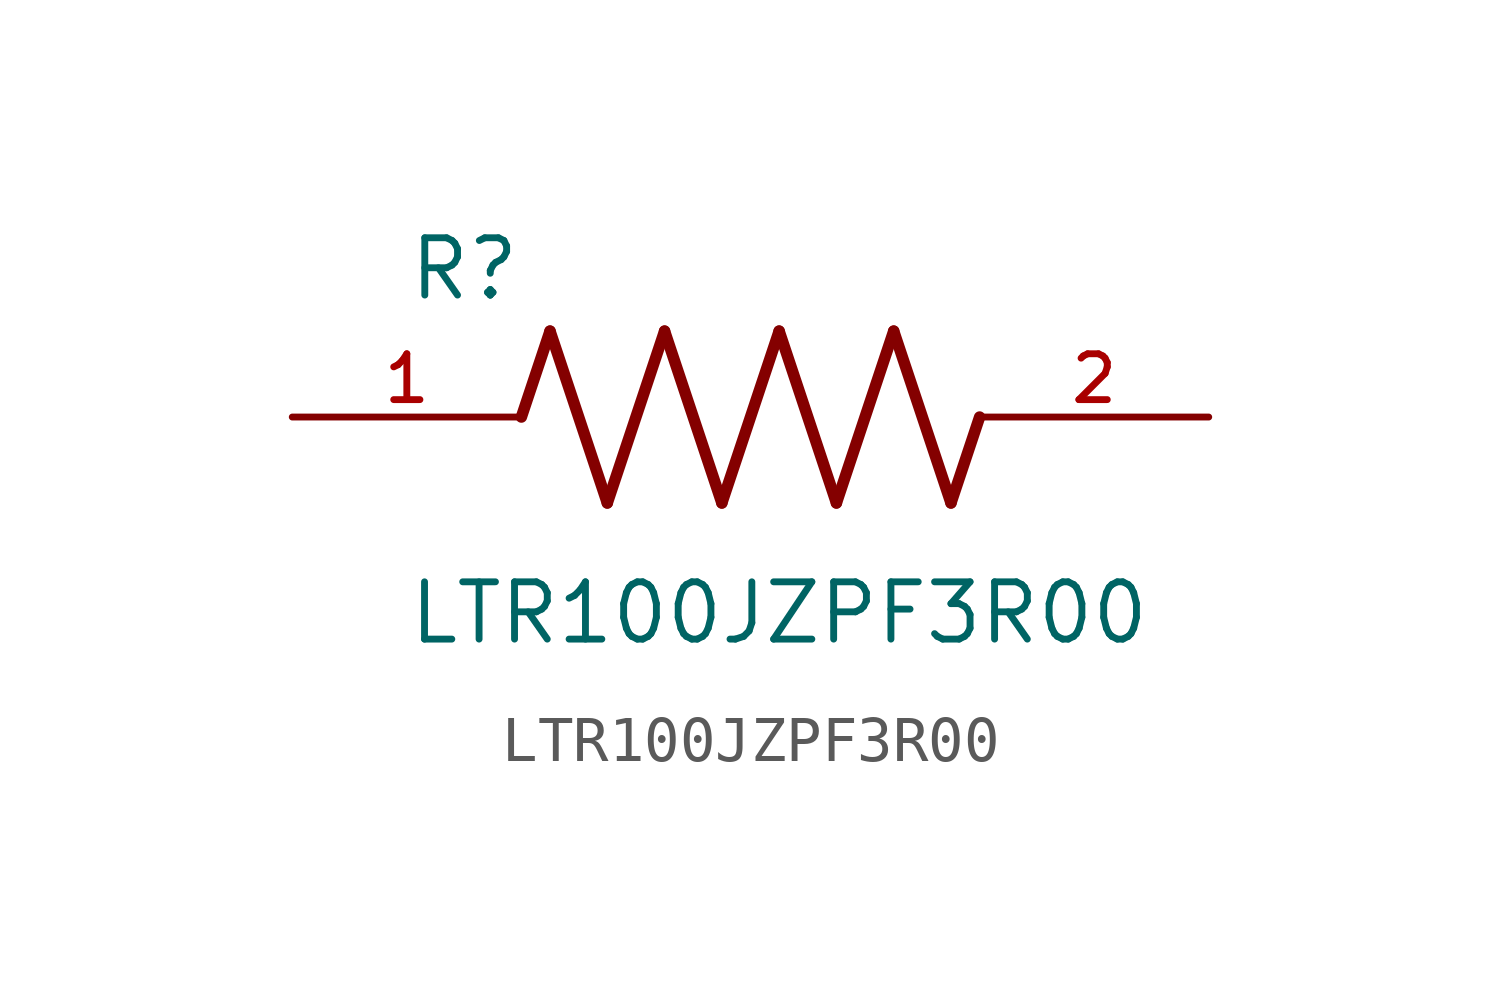
<source format=kicad_sym>
(kicad_symbol_lib
  (version 20211014)
  (generator kicad_symbol_editor)
  (symbol "LTR100JZPF3R00"
    (pin_names
      (offset 1.016))
    (property "Reference" "R"
      (at -7.624 2.541 0)
      (effects (font (size 1.27 1.27)) (justify bottom left)))
    (property "Value" "LTR100JZPF3R00"
      (at -7.63 -5.087 0)
      (effects (font (size 1.27 1.27)) (justify bottom left)))
    (symbol "LTR100JZPF3R00_0_0"
      (polyline (pts (xy -5.08 0.0) (xy -4.445 1.905)) (stroke (width 0.254)))
      (polyline (pts (xy -4.445 1.905) (xy -3.175 -1.905)) (stroke (width 0.254)))
      (polyline (pts (xy -3.175 -1.905) (xy -1.905 1.905)) (stroke (width 0.254)))
      (polyline (pts (xy -1.905 1.905) (xy -0.635 -1.905)) (stroke (width 0.254)))
      (polyline (pts (xy -0.635 -1.905) (xy 0.635 1.905)) (stroke (width 0.254)))
      (polyline (pts (xy 0.635 1.905) (xy 1.905 -1.905)) (stroke (width 0.254)))
      (polyline (pts (xy 1.905 -1.905) (xy 3.175 1.905)) (stroke (width 0.254)))
      (polyline (pts (xy 3.175 1.905) (xy 4.445 -1.905)) (stroke (width 0.254)))
      (polyline (pts (xy 4.445 -1.905) (xy 5.08 0.0)) (stroke (width 0.254)))
      (pin passive line (at -10.16 0.0 0) (length 5.08) (name "~" (effects (font (size 1.016 1.016)))) (number "1" (effects (font (size 1.016 1.016)))))
      (pin passive line (at 10.16 0.0 180.0) (length 5.08) (name "~" (effects (font (size 1.016 1.016)))) (number "2" (effects (font (size 1.016 1.016))))))))
</source>
